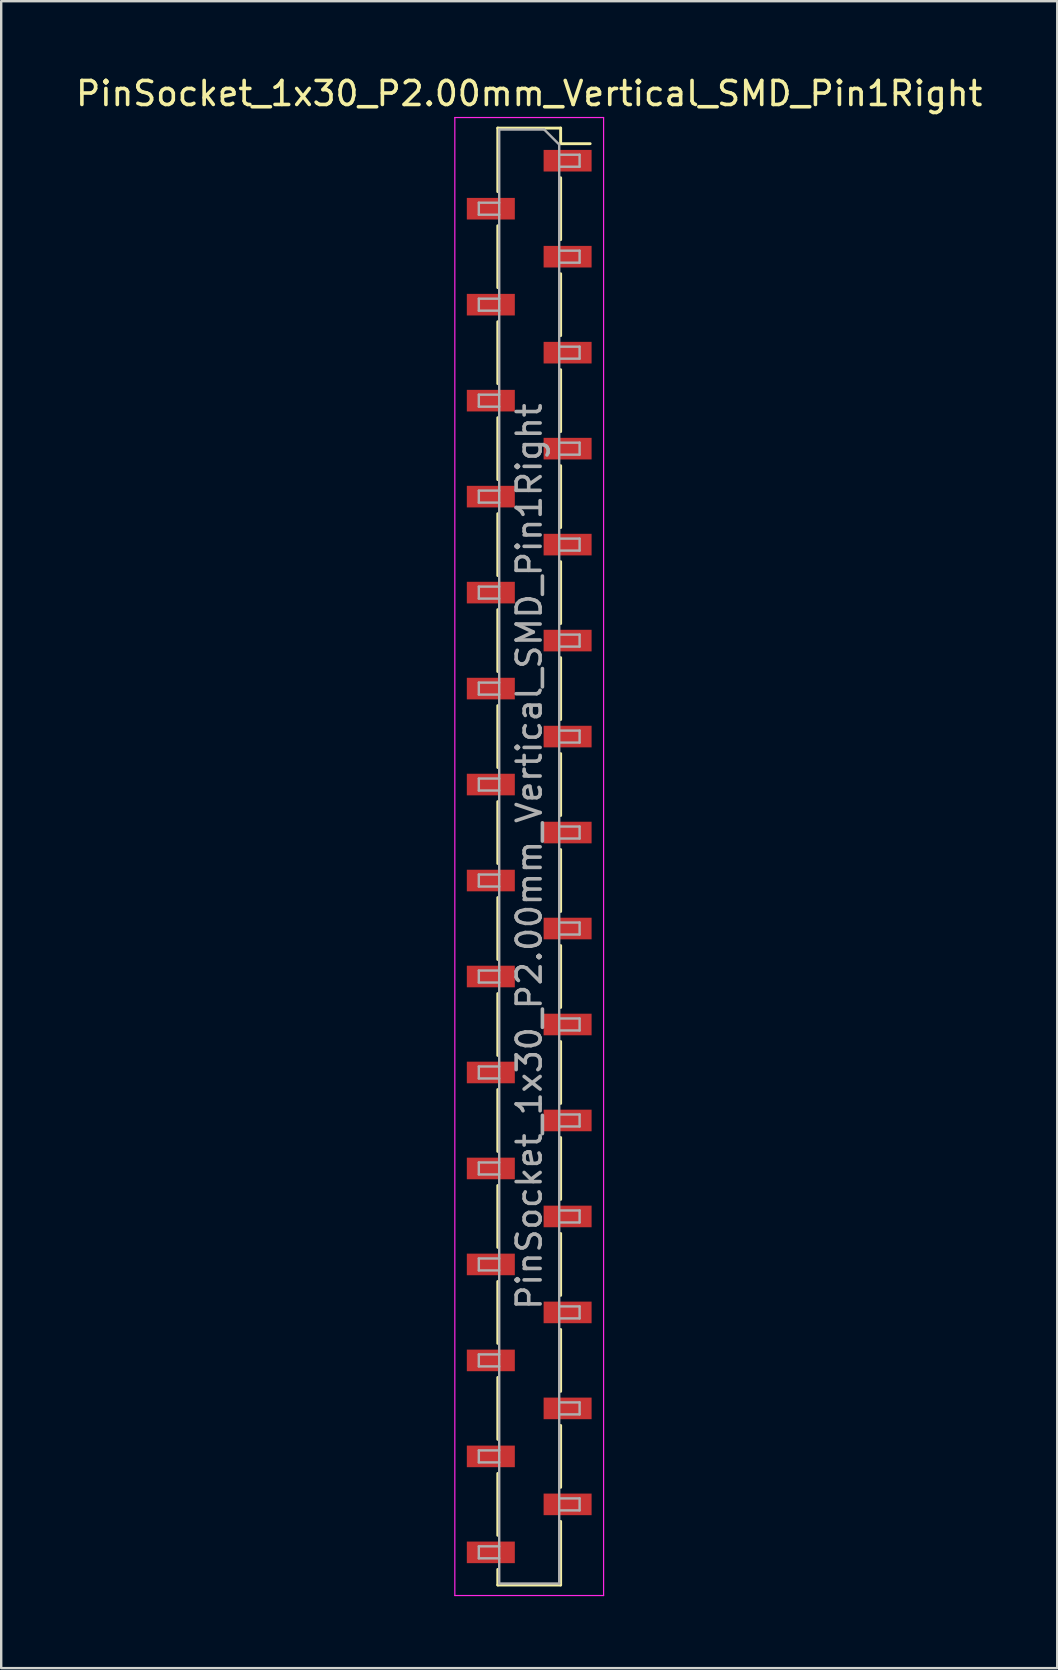
<source format=kicad_pcb>
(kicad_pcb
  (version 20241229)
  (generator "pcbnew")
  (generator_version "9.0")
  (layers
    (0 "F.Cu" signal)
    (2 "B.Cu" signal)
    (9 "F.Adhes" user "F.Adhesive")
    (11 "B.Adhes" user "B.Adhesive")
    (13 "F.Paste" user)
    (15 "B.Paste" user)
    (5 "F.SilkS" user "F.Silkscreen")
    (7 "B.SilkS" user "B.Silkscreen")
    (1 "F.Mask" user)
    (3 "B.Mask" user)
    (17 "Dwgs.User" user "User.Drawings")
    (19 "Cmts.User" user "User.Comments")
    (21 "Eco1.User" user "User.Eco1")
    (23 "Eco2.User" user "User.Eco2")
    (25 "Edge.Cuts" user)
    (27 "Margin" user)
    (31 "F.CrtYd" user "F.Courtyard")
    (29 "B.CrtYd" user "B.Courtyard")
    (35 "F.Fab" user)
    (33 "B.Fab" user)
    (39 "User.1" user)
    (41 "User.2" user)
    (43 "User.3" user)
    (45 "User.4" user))
  (footprint "PinSocket_1x30_P2.00mm_Vertical_SMD_Pin1Right"
    (layer "F.Cu")
    (at 19.006 32.648)
    (property "Reference" "PinSocket_1x30_P2.00mm_Vertical_SMD_Pin1Right" (at 0 -31.8 0) (layer "F.SilkS") (effects (font (size 1 1) (thickness 0.15))))
    (attr smd)
    (fp_line (start -1.31 -30.36) (end -1.31 -27.71) (stroke (width 0.12) (type solid)) (layer "F.SilkS"))
    (fp_line (start -1.31 -30.36) (end 1.31 -30.36) (stroke (width 0.12) (type solid)) (layer "F.SilkS"))
    (fp_line (start -1.31 -26.29) (end -1.31 -23.71) (stroke (width 0.12) (type solid)) (layer "F.SilkS"))
    (fp_line (start -1.31 -22.29) (end -1.31 -19.71) (stroke (width 0.12) (type solid)) (layer "F.SilkS"))
    (fp_line (start -1.31 -18.29) (end -1.31 -15.71) (stroke (width 0.12) (type solid)) (layer "F.SilkS"))
    (fp_line (start -1.31 -14.29) (end -1.31 -11.71) (stroke (width 0.12) (type solid)) (layer "F.SilkS"))
    (fp_line (start -1.31 -10.29) (end -1.31 -7.71) (stroke (width 0.12) (type solid)) (layer "F.SilkS"))
    (fp_line (start -1.31 -6.29) (end -1.31 -3.71) (stroke (width 0.12) (type solid)) (layer "F.SilkS"))
    (fp_line (start -1.31 -2.29) (end -1.31 0.29) (stroke (width 0.12) (type solid)) (layer "F.SilkS"))
    (fp_line (start -1.31 1.71) (end -1.31 4.29) (stroke (width 0.12) (type solid)) (layer "F.SilkS"))
    (fp_line (start -1.31 5.71) (end -1.31 8.29) (stroke (width 0.12) (type solid)) (layer "F.SilkS"))
    (fp_line (start -1.31 9.71) (end -1.31 12.29) (stroke (width 0.12) (type solid)) (layer "F.SilkS"))
    (fp_line (start -1.31 13.71) (end -1.31 16.29) (stroke (width 0.12) (type solid)) (layer "F.SilkS"))
    (fp_line (start -1.31 17.71) (end -1.31 20.29) (stroke (width 0.12) (type solid)) (layer "F.SilkS"))
    (fp_line (start -1.31 21.71) (end -1.31 24.29) (stroke (width 0.12) (type solid)) (layer "F.SilkS"))
    (fp_line (start -1.31 25.71) (end -1.31 28.29) (stroke (width 0.12) (type solid)) (layer "F.SilkS"))
    (fp_line (start -1.31 29.71) (end -1.31 30.36) (stroke (width 0.12) (type solid)) (layer "F.SilkS"))
    (fp_line (start -1.31 30.36) (end 1.31 30.36) (stroke (width 0.12) (type solid)) (layer "F.SilkS"))
    (fp_line (start 1.31 -30.36) (end 1.31 -29.71) (stroke (width 0.12) (type solid)) (layer "F.SilkS"))
    (fp_line (start 1.31 -29.71) (end 2.54 -29.71) (stroke (width 0.12) (type solid)) (layer "F.SilkS"))
    (fp_line (start 1.31 -28.29) (end 1.31 -25.71) (stroke (width 0.12) (type solid)) (layer "F.SilkS"))
    (fp_line (start 1.31 -24.29) (end 1.31 -21.71) (stroke (width 0.12) (type solid)) (layer "F.SilkS"))
    (fp_line (start 1.31 -20.29) (end 1.31 -17.71) (stroke (width 0.12) (type solid)) (layer "F.SilkS"))
    (fp_line (start 1.31 -16.29) (end 1.31 -13.71) (stroke (width 0.12) (type solid)) (layer "F.SilkS"))
    (fp_line (start 1.31 -12.29) (end 1.31 -9.71) (stroke (width 0.12) (type solid)) (layer "F.SilkS"))
    (fp_line (start 1.31 -8.29) (end 1.31 -5.71) (stroke (width 0.12) (type solid)) (layer "F.SilkS"))
    (fp_line (start 1.31 -4.29) (end 1.31 -1.71) (stroke (width 0.12) (type solid)) (layer "F.SilkS"))
    (fp_line (start 1.31 -0.29) (end 1.31 2.29) (stroke (width 0.12) (type solid)) (layer "F.SilkS"))
    (fp_line (start 1.31 3.71) (end 1.31 6.29) (stroke (width 0.12) (type solid)) (layer "F.SilkS"))
    (fp_line (start 1.31 7.71) (end 1.31 10.29) (stroke (width 0.12) (type solid)) (layer "F.SilkS"))
    (fp_line (start 1.31 11.71) (end 1.31 14.29) (stroke (width 0.12) (type solid)) (layer "F.SilkS"))
    (fp_line (start 1.31 15.71) (end 1.31 18.29) (stroke (width 0.12) (type solid)) (layer "F.SilkS"))
    (fp_line (start 1.31 19.71) (end 1.31 22.29) (stroke (width 0.12) (type solid)) (layer "F.SilkS"))
    (fp_line (start 1.31 23.71) (end 1.31 26.29) (stroke (width 0.12) (type solid)) (layer "F.SilkS"))
    (fp_line (start 1.31 27.71) (end 1.31 30.36) (stroke (width 0.12) (type solid)) (layer "F.SilkS"))
    (fp_line (start -3.1 -30.8) (end 3.1 -30.8) (stroke (width 0.05) (type solid)) (layer "F.CrtYd"))
    (fp_line (start -3.1 30.8) (end -3.1 -30.8) (stroke (width 0.05) (type solid)) (layer "F.CrtYd"))
    (fp_line (start 3.1 -30.8) (end 3.1 30.8) (stroke (width 0.05) (type solid)) (layer "F.CrtYd"))
    (fp_line (start 3.1 30.8) (end -3.1 30.8) (stroke (width 0.05) (type solid)) (layer "F.CrtYd"))
    (fp_line (start -2.1 -27.25) (end -1.25 -27.25) (stroke (width 0.1) (type solid)) (layer "F.Fab"))
    (fp_line (start -2.1 -26.75) (end -2.1 -27.25) (stroke (width 0.1) (type solid)) (layer "F.Fab"))
    (fp_line (start -2.1 -23.25) (end -1.25 -23.25) (stroke (width 0.1) (type solid)) (layer "F.Fab"))
    (fp_line (start -2.1 -22.75) (end -2.1 -23.25) (stroke (width 0.1) (type solid)) (layer "F.Fab"))
    (fp_line (start -2.1 -19.25) (end -1.25 -19.25) (stroke (width 0.1) (type solid)) (layer "F.Fab"))
    (fp_line (start -2.1 -18.75) (end -2.1 -19.25) (stroke (width 0.1) (type solid)) (layer "F.Fab"))
    (fp_line (start -2.1 -15.25) (end -1.25 -15.25) (stroke (width 0.1) (type solid)) (layer "F.Fab"))
    (fp_line (start -2.1 -14.75) (end -2.1 -15.25) (stroke (width 0.1) (type solid)) (layer "F.Fab"))
    (fp_line (start -2.1 -11.25) (end -1.25 -11.25) (stroke (width 0.1) (type solid)) (layer "F.Fab"))
    (fp_line (start -2.1 -10.75) (end -2.1 -11.25) (stroke (width 0.1) (type solid)) (layer "F.Fab"))
    (fp_line (start -2.1 -7.25) (end -1.25 -7.25) (stroke (width 0.1) (type solid)) (layer "F.Fab"))
    (fp_line (start -2.1 -6.75) (end -2.1 -7.25) (stroke (width 0.1) (type solid)) (layer "F.Fab"))
    (fp_line (start -2.1 -3.25) (end -1.25 -3.25) (stroke (width 0.1) (type solid)) (layer "F.Fab"))
    (fp_line (start -2.1 -2.75) (end -2.1 -3.25) (stroke (width 0.1) (type solid)) (layer "F.Fab"))
    (fp_line (start -2.1 0.75) (end -1.25 0.75) (stroke (width 0.1) (type solid)) (layer "F.Fab"))
    (fp_line (start -2.1 1.25) (end -2.1 0.75) (stroke (width 0.1) (type solid)) (layer "F.Fab"))
    (fp_line (start -2.1 4.75) (end -1.25 4.75) (stroke (width 0.1) (type solid)) (layer "F.Fab"))
    (fp_line (start -2.1 5.25) (end -2.1 4.75) (stroke (width 0.1) (type solid)) (layer "F.Fab"))
    (fp_line (start -2.1 8.75) (end -1.25 8.75) (stroke (width 0.1) (type solid)) (layer "F.Fab"))
    (fp_line (start -2.1 9.25) (end -2.1 8.75) (stroke (width 0.1) (type solid)) (layer "F.Fab"))
    (fp_line (start -2.1 12.75) (end -1.25 12.75) (stroke (width 0.1) (type solid)) (layer "F.Fab"))
    (fp_line (start -2.1 13.25) (end -2.1 12.75) (stroke (width 0.1) (type solid)) (layer "F.Fab"))
    (fp_line (start -2.1 16.75) (end -1.25 16.75) (stroke (width 0.1) (type solid)) (layer "F.Fab"))
    (fp_line (start -2.1 17.25) (end -2.1 16.75) (stroke (width 0.1) (type solid)) (layer "F.Fab"))
    (fp_line (start -2.1 20.75) (end -1.25 20.75) (stroke (width 0.1) (type solid)) (layer "F.Fab"))
    (fp_line (start -2.1 21.25) (end -2.1 20.75) (stroke (width 0.1) (type solid)) (layer "F.Fab"))
    (fp_line (start -2.1 24.75) (end -1.25 24.75) (stroke (width 0.1) (type solid)) (layer "F.Fab"))
    (fp_line (start -2.1 25.25) (end -2.1 24.75) (stroke (width 0.1) (type solid)) (layer "F.Fab"))
    (fp_line (start -2.1 28.75) (end -1.25 28.75) (stroke (width 0.1) (type solid)) (layer "F.Fab"))
    (fp_line (start -2.1 29.25) (end -2.1 28.75) (stroke (width 0.1) (type solid)) (layer "F.Fab"))
    (fp_line (start -1.25 -30.3) (end 0.625 -30.3) (stroke (width 0.1) (type solid)) (layer "F.Fab"))
    (fp_line (start -1.25 -26.75) (end -2.1 -26.75) (stroke (width 0.1) (type solid)) (layer "F.Fab"))
    (fp_line (start -1.25 -22.75) (end -2.1 -22.75) (stroke (width 0.1) (type solid)) (layer "F.Fab"))
    (fp_line (start -1.25 -18.75) (end -2.1 -18.75) (stroke (width 0.1) (type solid)) (layer "F.Fab"))
    (fp_line (start -1.25 -14.75) (end -2.1 -14.75) (stroke (width 0.1) (type solid)) (layer "F.Fab"))
    (fp_line (start -1.25 -10.75) (end -2.1 -10.75) (stroke (width 0.1) (type solid)) (layer "F.Fab"))
    (fp_line (start -1.25 -6.75) (end -2.1 -6.75) (stroke (width 0.1) (type solid)) (layer "F.Fab"))
    (fp_line (start -1.25 -2.75) (end -2.1 -2.75) (stroke (width 0.1) (type solid)) (layer "F.Fab"))
    (fp_line (start -1.25 1.25) (end -2.1 1.25) (stroke (width 0.1) (type solid)) (layer "F.Fab"))
    (fp_line (start -1.25 5.25) (end -2.1 5.25) (stroke (width 0.1) (type solid)) (layer "F.Fab"))
    (fp_line (start -1.25 9.25) (end -2.1 9.25) (stroke (width 0.1) (type solid)) (layer "F.Fab"))
    (fp_line (start -1.25 13.25) (end -2.1 13.25) (stroke (width 0.1) (type solid)) (layer "F.Fab"))
    (fp_line (start -1.25 17.25) (end -2.1 17.25) (stroke (width 0.1) (type solid)) (layer "F.Fab"))
    (fp_line (start -1.25 21.25) (end -2.1 21.25) (stroke (width 0.1) (type solid)) (layer "F.Fab"))
    (fp_line (start -1.25 25.25) (end -2.1 25.25) (stroke (width 0.1) (type solid)) (layer "F.Fab"))
    (fp_line (start -1.25 29.25) (end -2.1 29.25) (stroke (width 0.1) (type solid)) (layer "F.Fab"))
    (fp_line (start -1.25 30.3) (end -1.25 -30.3) (stroke (width 0.1) (type solid)) (layer "F.Fab"))
    (fp_line (start 0.625 -30.3) (end 1.25 -29.675) (stroke (width 0.1) (type solid)) (layer "F.Fab"))
    (fp_line (start 1.25 -29.675) (end 1.25 30.3) (stroke (width 0.1) (type solid)) (layer "F.Fab"))
    (fp_line (start 1.25 -29.25) (end 2.1 -29.25) (stroke (width 0.1) (type solid)) (layer "F.Fab"))
    (fp_line (start 1.25 -25.25) (end 2.1 -25.25) (stroke (width 0.1) (type solid)) (layer "F.Fab"))
    (fp_line (start 1.25 -21.25) (end 2.1 -21.25) (stroke (width 0.1) (type solid)) (layer "F.Fab"))
    (fp_line (start 1.25 -17.25) (end 2.1 -17.25) (stroke (width 0.1) (type solid)) (layer "F.Fab"))
    (fp_line (start 1.25 -13.25) (end 2.1 -13.25) (stroke (width 0.1) (type solid)) (layer "F.Fab"))
    (fp_line (start 1.25 -9.25) (end 2.1 -9.25) (stroke (width 0.1) (type solid)) (layer "F.Fab"))
    (fp_line (start 1.25 -5.25) (end 2.1 -5.25) (stroke (width 0.1) (type solid)) (layer "F.Fab"))
    (fp_line (start 1.25 -1.25) (end 2.1 -1.25) (stroke (width 0.1) (type solid)) (layer "F.Fab"))
    (fp_line (start 1.25 2.75) (end 2.1 2.75) (stroke (width 0.1) (type solid)) (layer "F.Fab"))
    (fp_line (start 1.25 6.75) (end 2.1 6.75) (stroke (width 0.1) (type solid)) (layer "F.Fab"))
    (fp_line (start 1.25 10.75) (end 2.1 10.75) (stroke (width 0.1) (type solid)) (layer "F.Fab"))
    (fp_line (start 1.25 14.75) (end 2.1 14.75) (stroke (width 0.1) (type solid)) (layer "F.Fab"))
    (fp_line (start 1.25 18.75) (end 2.1 18.75) (stroke (width 0.1) (type solid)) (layer "F.Fab"))
    (fp_line (start 1.25 22.75) (end 2.1 22.75) (stroke (width 0.1) (type solid)) (layer "F.Fab"))
    (fp_line (start 1.25 26.75) (end 2.1 26.75) (stroke (width 0.1) (type solid)) (layer "F.Fab"))
    (fp_line (start 1.25 30.3) (end -1.25 30.3) (stroke (width 0.1) (type solid)) (layer "F.Fab"))
    (fp_line (start 2.1 -29.25) (end 2.1 -28.75) (stroke (width 0.1) (type solid)) (layer "F.Fab"))
    (fp_line (start 2.1 -28.75) (end 1.25 -28.75) (stroke (width 0.1) (type solid)) (layer "F.Fab"))
    (fp_line (start 2.1 -25.25) (end 2.1 -24.75) (stroke (width 0.1) (type solid)) (layer "F.Fab"))
    (fp_line (start 2.1 -24.75) (end 1.25 -24.75) (stroke (width 0.1) (type solid)) (layer "F.Fab"))
    (fp_line (start 2.1 -21.25) (end 2.1 -20.75) (stroke (width 0.1) (type solid)) (layer "F.Fab"))
    (fp_line (start 2.1 -20.75) (end 1.25 -20.75) (stroke (width 0.1) (type solid)) (layer "F.Fab"))
    (fp_line (start 2.1 -17.25) (end 2.1 -16.75) (stroke (width 0.1) (type solid)) (layer "F.Fab"))
    (fp_line (start 2.1 -16.75) (end 1.25 -16.75) (stroke (width 0.1) (type solid)) (layer "F.Fab"))
    (fp_line (start 2.1 -13.25) (end 2.1 -12.75) (stroke (width 0.1) (type solid)) (layer "F.Fab"))
    (fp_line (start 2.1 -12.75) (end 1.25 -12.75) (stroke (width 0.1) (type solid)) (layer "F.Fab"))
    (fp_line (start 2.1 -9.25) (end 2.1 -8.75) (stroke (width 0.1) (type solid)) (layer "F.Fab"))
    (fp_line (start 2.1 -8.75) (end 1.25 -8.75) (stroke (width 0.1) (type solid)) (layer "F.Fab"))
    (fp_line (start 2.1 -5.25) (end 2.1 -4.75) (stroke (width 0.1) (type solid)) (layer "F.Fab"))
    (fp_line (start 2.1 -4.75) (end 1.25 -4.75) (stroke (width 0.1) (type solid)) (layer "F.Fab"))
    (fp_line (start 2.1 -1.25) (end 2.1 -0.75) (stroke (width 0.1) (type solid)) (layer "F.Fab"))
    (fp_line (start 2.1 -0.75) (end 1.25 -0.75) (stroke (width 0.1) (type solid)) (layer "F.Fab"))
    (fp_line (start 2.1 2.75) (end 2.1 3.25) (stroke (width 0.1) (type solid)) (layer "F.Fab"))
    (fp_line (start 2.1 3.25) (end 1.25 3.25) (stroke (width 0.1) (type solid)) (layer "F.Fab"))
    (fp_line (start 2.1 6.75) (end 2.1 7.25) (stroke (width 0.1) (type solid)) (layer "F.Fab"))
    (fp_line (start 2.1 7.25) (end 1.25 7.25) (stroke (width 0.1) (type solid)) (layer "F.Fab"))
    (fp_line (start 2.1 10.75) (end 2.1 11.25) (stroke (width 0.1) (type solid)) (layer "F.Fab"))
    (fp_line (start 2.1 11.25) (end 1.25 11.25) (stroke (width 0.1) (type solid)) (layer "F.Fab"))
    (fp_line (start 2.1 14.75) (end 2.1 15.25) (stroke (width 0.1) (type solid)) (layer "F.Fab"))
    (fp_line (start 2.1 15.25) (end 1.25 15.25) (stroke (width 0.1) (type solid)) (layer "F.Fab"))
    (fp_line (start 2.1 18.75) (end 2.1 19.25) (stroke (width 0.1) (type solid)) (layer "F.Fab"))
    (fp_line (start 2.1 19.25) (end 1.25 19.25) (stroke (width 0.1) (type solid)) (layer "F.Fab"))
    (fp_line (start 2.1 22.75) (end 2.1 23.25) (stroke (width 0.1) (type solid)) (layer "F.Fab"))
    (fp_line (start 2.1 23.25) (end 1.25 23.25) (stroke (width 0.1) (type solid)) (layer "F.Fab"))
    (fp_line (start 2.1 26.75) (end 2.1 27.25) (stroke (width 0.1) (type solid)) (layer "F.Fab"))
    (fp_line (start 2.1 27.25) (end 1.25 27.25) (stroke (width 0.1) (type solid)) (layer "F.Fab"))
    (fp_text user "${REFERENCE}" (at 0 0 90) (layer "F.Fab") (effects (font (size 1 1) (thickness 0.15))))
    (pad "1" smd rect (at 1.6 -29) (size 2 0.9) (layers "F.Cu" "F.Mask" "F.Paste"))
    (pad "2" smd rect (at -1.6 -27) (size 2 0.9) (layers "F.Cu" "F.Mask" "F.Paste"))
    (pad "3" smd rect (at 1.6 -25) (size 2 0.9) (layers "F.Cu" "F.Mask" "F.Paste"))
    (pad "4" smd rect (at -1.6 -23) (size 2 0.9) (layers "F.Cu" "F.Mask" "F.Paste"))
    (pad "5" smd rect (at 1.6 -21) (size 2 0.9) (layers "F.Cu" "F.Mask" "F.Paste"))
    (pad "6" smd rect (at -1.6 -19) (size 2 0.9) (layers "F.Cu" "F.Mask" "F.Paste"))
    (pad "7" smd rect (at 1.6 -17) (size 2 0.9) (layers "F.Cu" "F.Mask" "F.Paste"))
    (pad "8" smd rect (at -1.6 -15) (size 2 0.9) (layers "F.Cu" "F.Mask" "F.Paste"))
    (pad "9" smd rect (at 1.6 -13) (size 2 0.9) (layers "F.Cu" "F.Mask" "F.Paste"))
    (pad "10" smd rect (at -1.6 -11) (size 2 0.9) (layers "F.Cu" "F.Mask" "F.Paste"))
    (pad "11" smd rect (at 1.6 -9) (size 2 0.9) (layers "F.Cu" "F.Mask" "F.Paste"))
    (pad "12" smd rect (at -1.6 -7) (size 2 0.9) (layers "F.Cu" "F.Mask" "F.Paste"))
    (pad "13" smd rect (at 1.6 -5) (size 2 0.9) (layers "F.Cu" "F.Mask" "F.Paste"))
    (pad "14" smd rect (at -1.6 -3) (size 2 0.9) (layers "F.Cu" "F.Mask" "F.Paste"))
    (pad "15" smd rect (at 1.6 -1) (size 2 0.9) (layers "F.Cu" "F.Mask" "F.Paste"))
    (pad "16" smd rect (at -1.6 1) (size 2 0.9) (layers "F.Cu" "F.Mask" "F.Paste"))
    (pad "17" smd rect (at 1.6 3) (size 2 0.9) (layers "F.Cu" "F.Mask" "F.Paste"))
    (pad "18" smd rect (at -1.6 5) (size 2 0.9) (layers "F.Cu" "F.Mask" "F.Paste"))
    (pad "19" smd rect (at 1.6 7) (size 2 0.9) (layers "F.Cu" "F.Mask" "F.Paste"))
    (pad "20" smd rect (at -1.6 9) (size 2 0.9) (layers "F.Cu" "F.Mask" "F.Paste"))
    (pad "21" smd rect (at 1.6 11) (size 2 0.9) (layers "F.Cu" "F.Mask" "F.Paste"))
    (pad "22" smd rect (at -1.6 13) (size 2 0.9) (layers "F.Cu" "F.Mask" "F.Paste"))
    (pad "23" smd rect (at 1.6 15) (size 2 0.9) (layers "F.Cu" "F.Mask" "F.Paste"))
    (pad "24" smd rect (at -1.6 17) (size 2 0.9) (layers "F.Cu" "F.Mask" "F.Paste"))
    (pad "25" smd rect (at 1.6 19) (size 2 0.9) (layers "F.Cu" "F.Mask" "F.Paste"))
    (pad "26" smd rect (at -1.6 21) (size 2 0.9) (layers "F.Cu" "F.Mask" "F.Paste"))
    (pad "27" smd rect (at 1.6 23) (size 2 0.9) (layers "F.Cu" "F.Mask" "F.Paste"))
    (pad "28" smd rect (at -1.6 25) (size 2 0.9) (layers "F.Cu" "F.Mask" "F.Paste"))
    (pad "29" smd rect (at 1.6 27) (size 2 0.9) (layers "F.Cu" "F.Mask" "F.Paste"))
    (pad "30" smd rect (at -1.6 29) (size 2 0.9) (layers "F.Cu" "F.Mask" "F.Paste")))
  (gr_rect
    (start -3 -3)
    (end 41.012 66.473)
    (stroke (width 0.1) (type default))
    (fill no)
    (layer "Edge.Cuts")))
</source>
